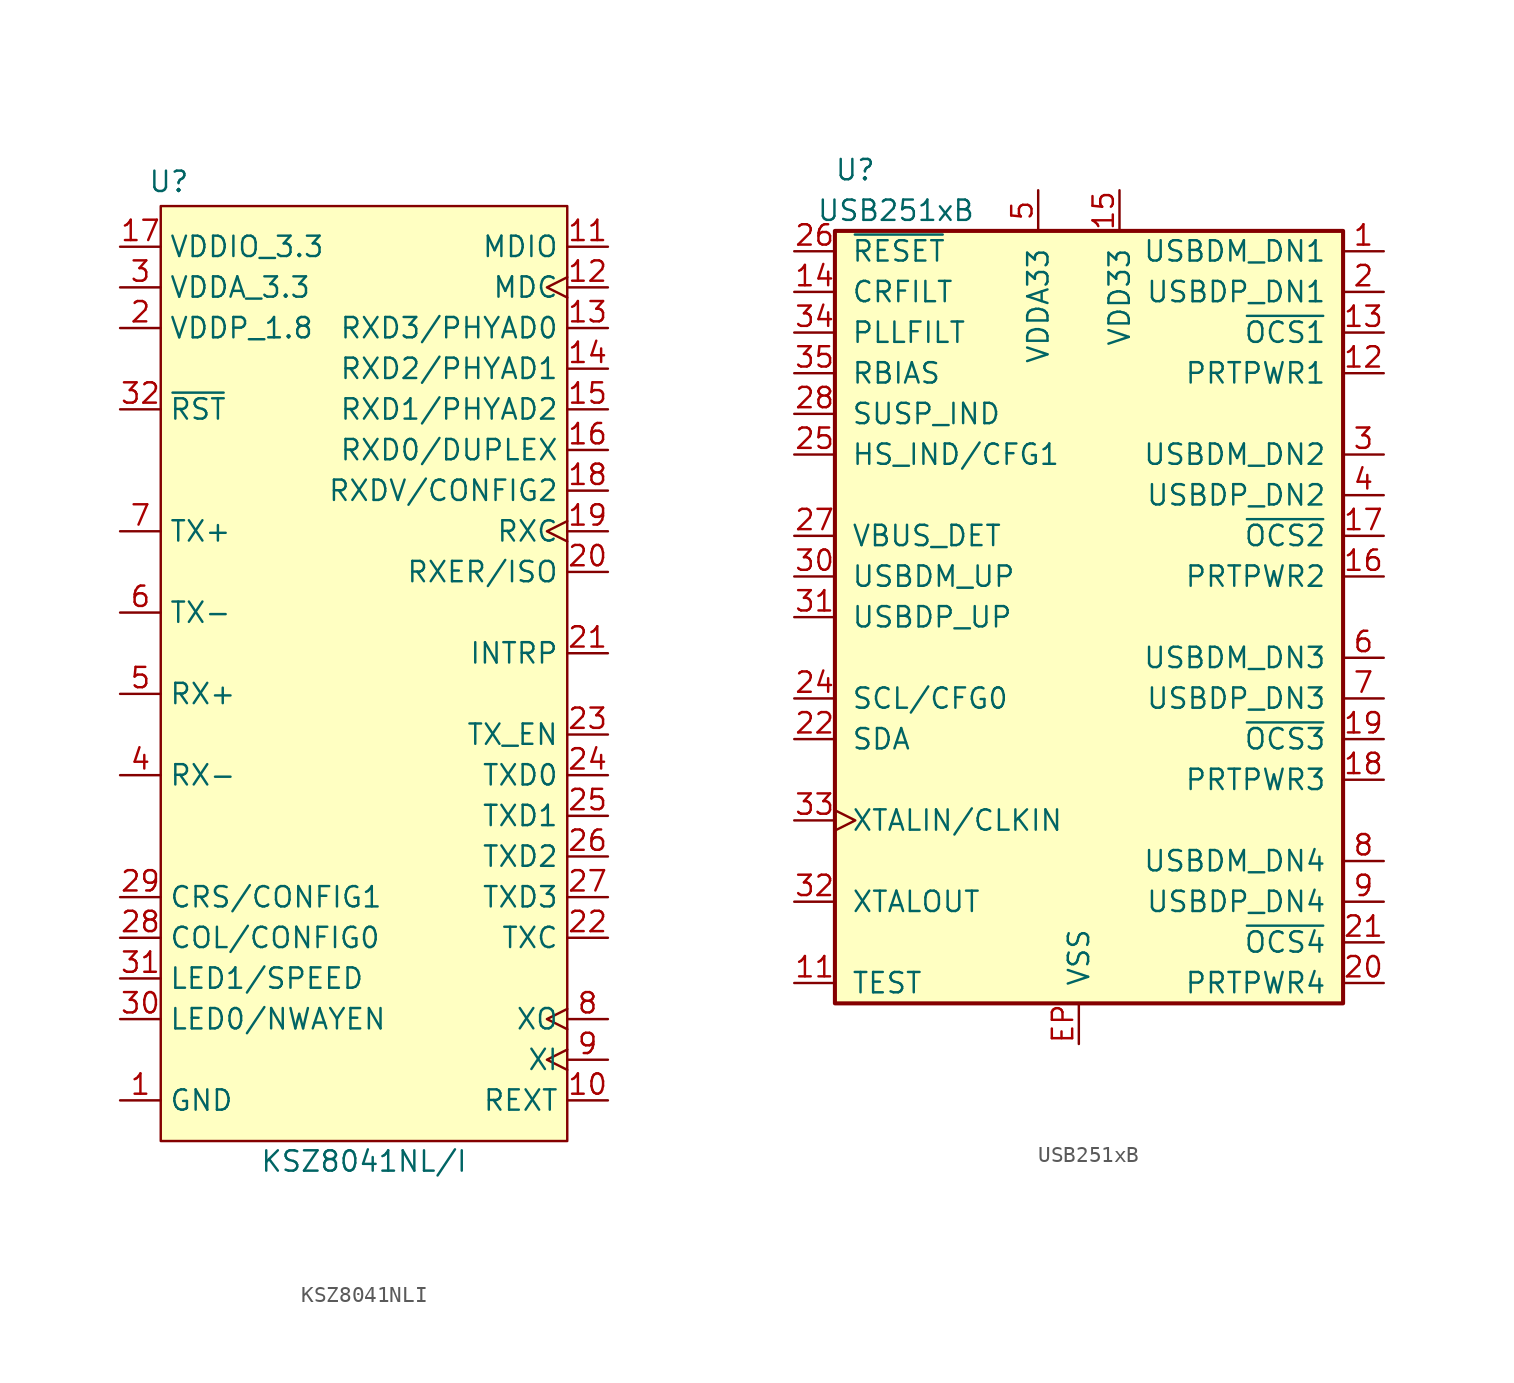
<source format=kicad_sym>
(kicad_symbol_lib
  (version 20231120)
  (generator "kicad_symbol_editor")
  (generator_version "8.0")
  (symbol "KSZ8041NLI"
    (property "Reference" "U"
      (at -12.192 29.464 0)
      (effects (font (size 1.27 1.27))))
    (property "Value" "KSZ8041NL/I"
      (at 0 -31.75 0)
      (effects (font (size 1.27 1.27))))
    (symbol "KSZ8041NLI_1_1"
      (rectangle (start -12.7 27.94) (end 12.7 -30.48) (stroke (width 0) (type default)) (fill (type background)))
      (pin power_in line (at -15.24 -27.94 0) (length 2.54) (name "GND" (effects (font (size 1.27 1.27)))) (number "1" (effects (font (size 1.27 1.27)))))
      (pin input line (at 15.24 -27.94 180) (length 2.54) (name "REXT" (effects (font (size 1.27 1.27)))) (number "10" (effects (font (size 1.27 1.27)))))
      (pin bidirectional line (at 15.24 25.4 180) (length 2.54) (name "MDIO" (effects (font (size 1.27 1.27)))) (number "11" (effects (font (size 1.27 1.27)))))
      (pin input clock (at 15.24 22.86 180) (length 2.54) (name "MDC" (effects (font (size 1.27 1.27)))) (number "12" (effects (font (size 1.27 1.27)))))
      (pin bidirectional line (at 15.24 20.32 180) (length 2.54) (name "RXD3/PHYAD0" (effects (font (size 1.27 1.27)))) (number "13" (effects (font (size 1.27 1.27)))))
      (pin bidirectional line (at 15.24 17.78 180) (length 2.54) (name "RXD2/PHYAD1" (effects (font (size 1.27 1.27)))) (number "14" (effects (font (size 1.27 1.27)))))
      (pin bidirectional line (at 15.24 15.24 180) (length 2.54) (name "RXD1/PHYAD2" (effects (font (size 1.27 1.27)))) (number "15" (effects (font (size 1.27 1.27)))))
      (pin bidirectional line (at 15.24 12.7 180) (length 2.54) (name "RXD0/DUPLEX" (effects (font (size 1.27 1.27)))) (number "16" (effects (font (size 1.27 1.27)))))
      (pin power_in line (at -15.24 25.4 0) (length 2.54) (name "VDDIO_3.3" (effects (font (size 1.27 1.27)))) (number "17" (effects (font (size 1.27 1.27)))))
      (pin bidirectional line (at 15.24 10.16 180) (length 2.54) (name "RXDV/CONFIG2" (effects (font (size 1.27 1.27)))) (number "18" (effects (font (size 1.27 1.27)))))
      (pin output clock (at 15.24 7.62 180) (length 2.54) (name "RXC" (effects (font (size 1.27 1.27)))) (number "19" (effects (font (size 1.27 1.27)))))
      (pin power_in line (at -15.24 20.32 0) (length 2.54) (name "VDDP_1.8" (effects (font (size 1.27 1.27)))) (number "2" (effects (font (size 1.27 1.27)))))
      (pin bidirectional line (at 15.24 5.08 180) (length 2.54) (name "RXER/ISO" (effects (font (size 1.27 1.27)))) (number "20" (effects (font (size 1.27 1.27)))))
      (pin output line (at 15.24 0 180) (length 2.54) (name "INTRP" (effects (font (size 1.27 1.27)))) (number "21" (effects (font (size 1.27 1.27)))))
      (pin output line (at 15.24 -17.78 180) (length 2.54) (name "TXC" (effects (font (size 1.27 1.27)))) (number "22" (effects (font (size 1.27 1.27)))))
      (pin input line (at 15.24 -5.08 180) (length 2.54) (name "TX_EN" (effects (font (size 1.27 1.27)))) (number "23" (effects (font (size 1.27 1.27)))))
      (pin input line (at 15.24 -7.62 180) (length 2.54) (name "TXD0" (effects (font (size 1.27 1.27)))) (number "24" (effects (font (size 1.27 1.27)))))
      (pin input line (at 15.24 -10.16 180) (length 2.54) (name "TXD1" (effects (font (size 1.27 1.27)))) (number "25" (effects (font (size 1.27 1.27)))))
      (pin input line (at 15.24 -12.7 180) (length 2.54) (name "TXD2" (effects (font (size 1.27 1.27)))) (number "26" (effects (font (size 1.27 1.27)))))
      (pin input line (at 15.24 -15.24 180) (length 2.54) (name "TXD3" (effects (font (size 1.27 1.27)))) (number "27" (effects (font (size 1.27 1.27)))))
      (pin bidirectional line (at -15.24 -17.78 0) (length 2.54) (name "COL/CONFIG0" (effects (font (size 1.27 1.27)))) (number "28" (effects (font (size 1.27 1.27)))))
      (pin bidirectional line (at -15.24 -15.24 0) (length 2.54) (name "CRS/CONFIG1" (effects (font (size 1.27 1.27)))) (number "29" (effects (font (size 1.27 1.27)))))
      (pin power_in line (at -15.24 22.86 0) (length 2.54) (name "VDDA_3.3" (effects (font (size 1.27 1.27)))) (number "3" (effects (font (size 1.27 1.27)))))
      (pin bidirectional line (at -15.24 -22.86 0) (length 2.54) (name "LED0/NWAYEN" (effects (font (size 1.27 1.27)))) (number "30" (effects (font (size 1.27 1.27)))))
      (pin bidirectional line (at -15.24 -20.32 0) (length 2.54) (name "LED1/SPEED" (effects (font (size 1.27 1.27)))) (number "31" (effects (font (size 1.27 1.27)))))
      (pin input line (at -15.24 15.24 0) (length 2.54) (name "~{RST}" (effects (font (size 1.27 1.27)))) (number "32" (effects (font (size 1.27 1.27)))))
      (pin bidirectional line (at -15.24 -7.62 0) (length 2.54) (name "RX-" (effects (font (size 1.27 1.27)))) (number "4" (effects (font (size 1.27 1.27)))))
      (pin bidirectional line (at -15.24 -2.54 0) (length 2.54) (name "RX+" (effects (font (size 1.27 1.27)))) (number "5" (effects (font (size 1.27 1.27)))))
      (pin bidirectional line (at -15.24 2.54 0) (length 2.54) (name "TX-" (effects (font (size 1.27 1.27)))) (number "6" (effects (font (size 1.27 1.27)))))
      (pin bidirectional line (at -15.24 7.62 0) (length 2.54) (name "TX+" (effects (font (size 1.27 1.27)))) (number "7" (effects (font (size 1.27 1.27)))))
      (pin output clock (at 15.24 -22.86 180) (length 2.54) (name "XO" (effects (font (size 1.27 1.27)))) (number "8" (effects (font (size 1.27 1.27)))))
      (pin input clock (at 15.24 -25.4 180) (length 2.54) (name "XI" (effects (font (size 1.27 1.27)))) (number "9" (effects (font (size 1.27 1.27)))))
      (pin power_in line (at -15.24 -27.94 0) (length 2.54) hide (name "GND" (effects (font (size 1.27 1.27)))) (number "EP" (effects (font (size 1.27 1.27)))))))
  (symbol "USB251xB"
    (pin_names
      (offset 1.016))
    (property "Reference" "U"
      (at -13.97 26.67 0)
      (effects (font (size 1.27 1.27))))
    (property "Value" "USB251xB"
      (at -11.43 24.13 0)
      (effects (font (size 1.27 1.27))))
    (symbol "USB251xB_0_1"
      (rectangle (start -15.24 22.86) (end 16.51 -25.4) (stroke (width 0.254) (type default)) (fill (type background))))
    (symbol "USB251xB_1_1"
      (pin bidirectional line (at 19.05 21.59 180) (length 2.54) (name "USBDM_DN1" (effects (font (size 1.27 1.27)))) (number "1" (effects (font (size 1.27 1.27)))))
      (pin power_in line (at -2.54 25.4 270) (length 2.54) hide (name "VDDA33" (effects (font (size 1.27 1.27)))) (number "10" (effects (font (size 1.27 1.27)))))
      (pin input line (at -17.78 -24.13 0) (length 2.54) (name "TEST" (effects (font (size 1.27 1.27)))) (number "11" (effects (font (size 1.27 1.27)))))
      (pin bidirectional line (at 19.05 13.97 180) (length 2.54) (name "PRTPWR1" (effects (font (size 1.27 1.27)))) (number "12" (effects (font (size 1.27 1.27)))))
      (pin input line (at 19.05 16.51 180) (length 2.54) (name "~{OCS1}" (effects (font (size 1.27 1.27)))) (number "13" (effects (font (size 1.27 1.27)))))
      (pin input line (at -17.78 19.05 0) (length 2.54) (name "CRFILT" (effects (font (size 1.27 1.27)))) (number "14" (effects (font (size 1.27 1.27)))))
      (pin power_in line (at 2.54 25.4 270) (length 2.54) (name "VDD33" (effects (font (size 1.27 1.27)))) (number "15" (effects (font (size 1.27 1.27)))))
      (pin bidirectional line (at 19.05 1.27 180) (length 2.54) (name "PRTPWR2" (effects (font (size 1.27 1.27)))) (number "16" (effects (font (size 1.27 1.27)))))
      (pin input line (at 19.05 3.81 180) (length 2.54) (name "~{OCS2}" (effects (font (size 1.27 1.27)))) (number "17" (effects (font (size 1.27 1.27)))))
      (pin bidirectional line (at 19.05 -11.43 180) (length 2.54) (name "PRTPWR3" (effects (font (size 1.27 1.27)))) (number "18" (effects (font (size 1.27 1.27)))))
      (pin input line (at 19.05 -8.89 180) (length 2.54) (name "~{OCS3}" (effects (font (size 1.27 1.27)))) (number "19" (effects (font (size 1.27 1.27)))))
      (pin bidirectional line (at 19.05 19.05 180) (length 2.54) (name "USBDP_DN1" (effects (font (size 1.27 1.27)))) (number "2" (effects (font (size 1.27 1.27)))))
      (pin bidirectional line (at 19.05 -24.13 180) (length 2.54) (name "PRTPWR4" (effects (font (size 1.27 1.27)))) (number "20" (effects (font (size 1.27 1.27)))))
      (pin input line (at 19.05 -21.59 180) (length 2.54) (name "~{OCS4}" (effects (font (size 1.27 1.27)))) (number "21" (effects (font (size 1.27 1.27)))))
      (pin bidirectional line (at -17.78 -8.89 0) (length 2.54) (name "SDA" (effects (font (size 1.27 1.27)))) (number "22" (effects (font (size 1.27 1.27)))))
      (pin power_in line (at 2.54 25.4 270) (length 2.54) hide (name "VDD33" (effects (font (size 1.27 1.27)))) (number "23" (effects (font (size 1.27 1.27)))))
      (pin bidirectional line (at -17.78 -6.35 0) (length 2.54) (name "SCL/CFG0" (effects (font (size 1.27 1.27)))) (number "24" (effects (font (size 1.27 1.27)))))
      (pin bidirectional line (at -17.78 8.89 0) (length 2.54) (name "HS_IND/CFG1" (effects (font (size 1.27 1.27)))) (number "25" (effects (font (size 1.27 1.27)))))
      (pin input line (at -17.78 21.59 0) (length 2.54) (name "~{RESET}" (effects (font (size 1.27 1.27)))) (number "26" (effects (font (size 1.27 1.27)))))
      (pin input line (at -17.78 3.81 0) (length 2.54) (name "VBUS_DET" (effects (font (size 1.27 1.27)))) (number "27" (effects (font (size 1.27 1.27)))))
      (pin bidirectional line (at -17.78 11.43 0) (length 2.54) (name "SUSP_IND" (effects (font (size 1.27 1.27)))) (number "28" (effects (font (size 1.27 1.27)))))
      (pin power_in line (at -2.54 25.4 270) (length 2.54) hide (name "VDDA33" (effects (font (size 1.27 1.27)))) (number "29" (effects (font (size 1.27 1.27)))))
      (pin bidirectional line (at 19.05 8.89 180) (length 2.54) (name "USBDM_DN2" (effects (font (size 1.27 1.27)))) (number "3" (effects (font (size 1.27 1.27)))))
      (pin bidirectional line (at -17.78 1.27 0) (length 2.54) (name "USBDM_UP" (effects (font (size 1.27 1.27)))) (number "30" (effects (font (size 1.27 1.27)))))
      (pin bidirectional line (at -17.78 -1.27 0) (length 2.54) (name "USBDP_UP" (effects (font (size 1.27 1.27)))) (number "31" (effects (font (size 1.27 1.27)))))
      (pin output line (at -17.78 -19.05 0) (length 2.54) (name "XTALOUT" (effects (font (size 1.27 1.27)))) (number "32" (effects (font (size 1.27 1.27)))))
      (pin input clock (at -17.78 -13.97 0) (length 2.54) (name "XTALIN/CLKIN" (effects (font (size 1.27 1.27)))) (number "33" (effects (font (size 1.27 1.27)))))
      (pin input line (at -17.78 16.51 0) (length 2.54) (name "PLLFILT" (effects (font (size 1.27 1.27)))) (number "34" (effects (font (size 1.27 1.27)))))
      (pin input line (at -17.78 13.97 0) (length 2.54) (name "RBIAS" (effects (font (size 1.27 1.27)))) (number "35" (effects (font (size 1.27 1.27)))))
      (pin power_in line (at -2.54 25.4 270) (length 2.54) hide (name "VDDA33" (effects (font (size 1.27 1.27)))) (number "36" (effects (font (size 1.27 1.27)))))
      (pin bidirectional line (at 19.05 6.35 180) (length 2.54) (name "USBDP_DN2" (effects (font (size 1.27 1.27)))) (number "4" (effects (font (size 1.27 1.27)))))
      (pin power_in line (at -2.54 25.4 270) (length 2.54) (name "VDDA33" (effects (font (size 1.27 1.27)))) (number "5" (effects (font (size 1.27 1.27)))))
      (pin bidirectional line (at 19.05 -3.81 180) (length 2.54) (name "USBDM_DN3" (effects (font (size 1.27 1.27)))) (number "6" (effects (font (size 1.27 1.27)))))
      (pin bidirectional line (at 19.05 -6.35 180) (length 2.54) (name "USBDP_DN3" (effects (font (size 1.27 1.27)))) (number "7" (effects (font (size 1.27 1.27)))))
      (pin bidirectional line (at 19.05 -16.51 180) (length 2.54) (name "USBDM_DN4" (effects (font (size 1.27 1.27)))) (number "8" (effects (font (size 1.27 1.27)))))
      (pin bidirectional line (at 19.05 -19.05 180) (length 2.54) (name "USBDP_DN4" (effects (font (size 1.27 1.27)))) (number "9" (effects (font (size 1.27 1.27)))))
      (pin power_in line (at 0 -27.94 90) (length 2.54) (name "VSS" (effects (font (size 1.27 1.27)))) (number "EP" (effects (font (size 1.27 1.27))))))))
</source>
